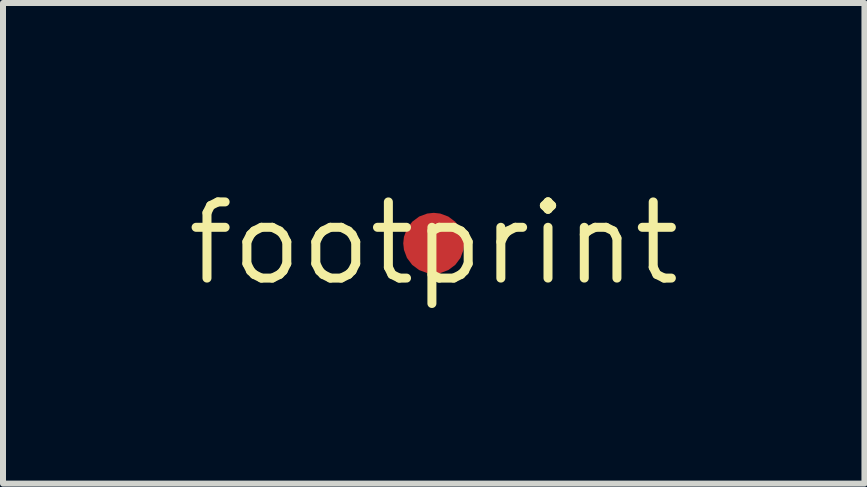
<source format=kicad_pcb>
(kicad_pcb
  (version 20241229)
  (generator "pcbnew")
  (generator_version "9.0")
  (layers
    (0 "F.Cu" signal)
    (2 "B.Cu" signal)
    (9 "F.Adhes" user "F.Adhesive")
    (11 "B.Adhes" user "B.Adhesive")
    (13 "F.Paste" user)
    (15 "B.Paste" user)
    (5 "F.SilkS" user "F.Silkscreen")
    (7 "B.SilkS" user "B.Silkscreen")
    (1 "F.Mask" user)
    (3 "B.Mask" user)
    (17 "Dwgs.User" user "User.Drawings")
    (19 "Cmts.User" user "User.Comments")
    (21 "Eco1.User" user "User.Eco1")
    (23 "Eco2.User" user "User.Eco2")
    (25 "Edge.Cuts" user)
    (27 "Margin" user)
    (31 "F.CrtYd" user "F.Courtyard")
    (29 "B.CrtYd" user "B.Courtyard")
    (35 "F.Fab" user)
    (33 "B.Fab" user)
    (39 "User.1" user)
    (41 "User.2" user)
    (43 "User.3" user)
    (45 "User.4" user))
  (footprint "footprint"
    (layer "F.Cu")
    (at 4.18 1.006)
    (property "Reference" "footprint" (at 0 0 0) (layer "F.SilkS") (effects (font (size 1.27 1.27) (thickness 0.15))))
    (pad "1" smd roundrect (at 0 0) (size 1.016 1.016) (layers "F.Cu" "F.Mask") (roundrect_rratio 0.5)))
  (gr_rect
    (start -3 -3)
    (end 11.36 5.012)
    (stroke (width 0.1) (type default))
    (fill no)
    (layer "Edge.Cuts")))
</source>
